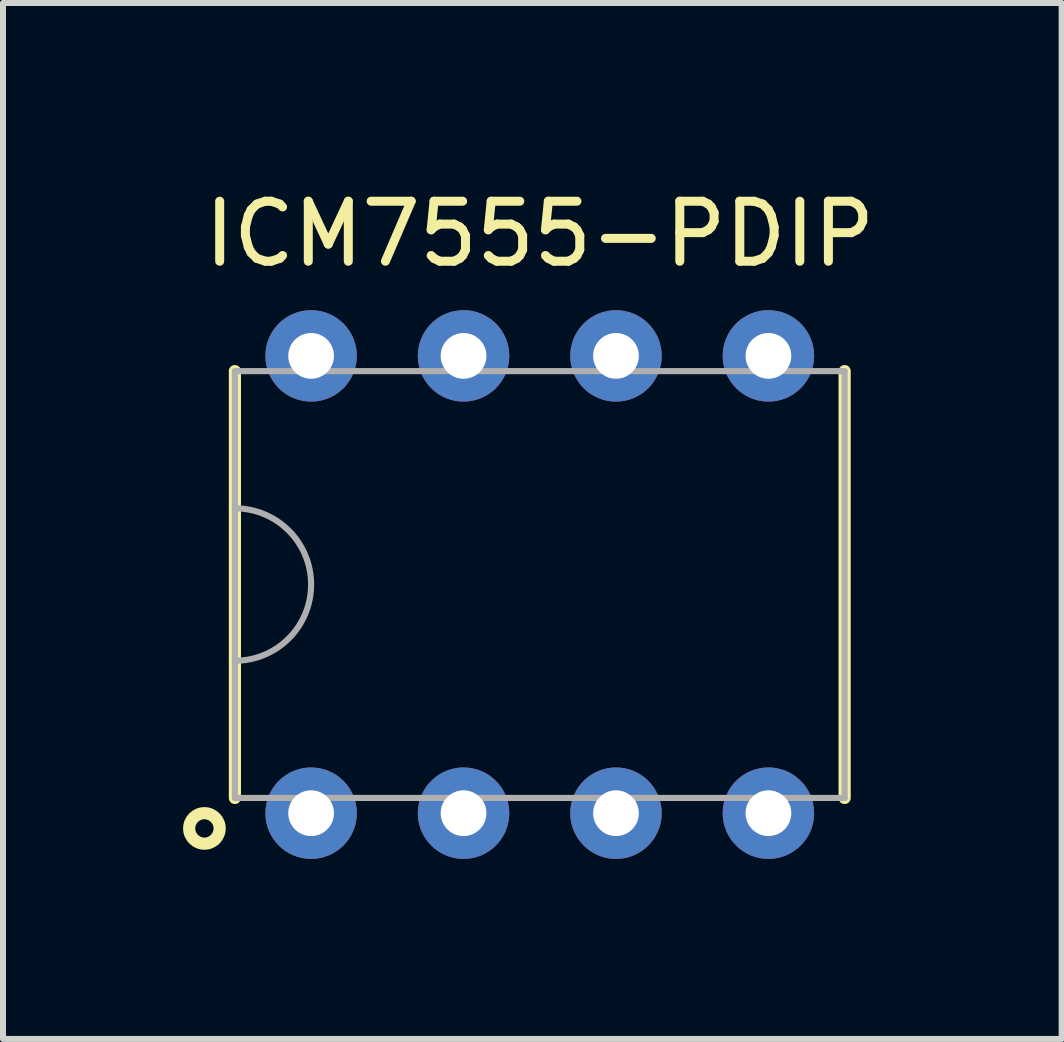
<source format=kicad_pcb>
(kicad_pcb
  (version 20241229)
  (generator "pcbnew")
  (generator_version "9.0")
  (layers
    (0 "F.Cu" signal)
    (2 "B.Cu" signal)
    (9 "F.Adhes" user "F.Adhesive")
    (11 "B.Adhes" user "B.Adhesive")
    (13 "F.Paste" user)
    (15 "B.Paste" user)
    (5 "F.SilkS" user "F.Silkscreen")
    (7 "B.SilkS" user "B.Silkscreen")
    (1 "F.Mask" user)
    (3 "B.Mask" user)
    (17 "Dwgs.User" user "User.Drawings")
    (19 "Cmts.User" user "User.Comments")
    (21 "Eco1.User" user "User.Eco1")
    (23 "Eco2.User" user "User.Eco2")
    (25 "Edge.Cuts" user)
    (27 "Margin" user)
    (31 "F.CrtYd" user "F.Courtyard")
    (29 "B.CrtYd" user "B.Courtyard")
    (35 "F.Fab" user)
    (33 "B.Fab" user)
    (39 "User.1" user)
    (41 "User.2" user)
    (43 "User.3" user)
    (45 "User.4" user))
  (footprint "ICM7555-PDIP"
    (layer "F.Cu")
    (at 5.944 6.69)
    (property "Reference" "ICM7555-PDIP" (at 0 -5.842 0) (unlocked yes) (layer "F.SilkS") (effects (font (size 1 1) (thickness 0.15))))
    (attr through_hole)
    (fp_line (start -5.08 3.556) (end -5.08 -3.556) (stroke (width 0.203) (type solid)) (layer "F.SilkS"))
    (fp_line (start 5.08 3.556) (end 5.08 -3.556) (stroke (width 0.203) (type solid)) (layer "F.SilkS"))
    (fp_circle (center -5.588 4.064) (end -5.334 4.064) (stroke (width 0.203) (type solid)) (fill no) (layer "F.SilkS"))
    (fp_line (start -5.08 -3.556) (end -5.08 3.556) (stroke (width 0.102) (type solid)) (layer "F.Fab"))
    (fp_line (start 5.08 -3.556) (end -5.08 -3.556) (stroke (width 0.102) (type solid)) (layer "F.Fab"))
    (fp_line (start 5.08 3.556) (end -5.08 3.556) (stroke (width 0.102) (type solid)) (layer "F.Fab"))
    (fp_line (start 5.08 3.556) (end 5.08 -3.556) (stroke (width 0.102) (type solid)) (layer "F.Fab"))
    (fp_arc (start -5.08 -1.27) (mid -3.81 0) (end -5.08 1.27) (stroke (width 0.1016) (type solid)) (layer "F.Fab"))
    (pad "1" thru_hole circle (at -3.81 3.81) (size 1.524 1.524) (drill 0.762) (layers "*.Cu" "*.Mask"))
    (pad "2" thru_hole circle (at -1.27 3.81) (size 1.524 1.524) (drill 0.762) (layers "*.Cu" "*.Mask"))
    (pad "3" thru_hole circle (at 1.27 3.81) (size 1.524 1.524) (drill 0.762) (layers "*.Cu" "*.Mask"))
    (pad "4" thru_hole circle (at 3.81 3.81) (size 1.524 1.524) (drill 0.762) (layers "*.Cu" "*.Mask"))
    (pad "5" thru_hole circle (at 3.81 -3.81) (size 1.524 1.524) (drill 0.762) (layers "*.Cu" "*.Mask"))
    (pad "6" thru_hole circle (at 1.27 -3.81) (size 1.524 1.524) (drill 0.762) (layers "*.Cu" "*.Mask"))
    (pad "7" thru_hole circle (at -1.27 -3.81) (size 1.524 1.524) (drill 0.762) (layers "*.Cu" "*.Mask"))
    (pad "8" thru_hole circle (at -3.81 -3.81) (size 1.524 1.524) (drill 0.762) (layers "*.Cu" "*.Mask")))
  (gr_rect
    (start -3 -3)
    (end 14.64 14.262)
    (stroke (width 0.1) (type default))
    (fill no)
    (layer "Edge.Cuts")))
</source>
